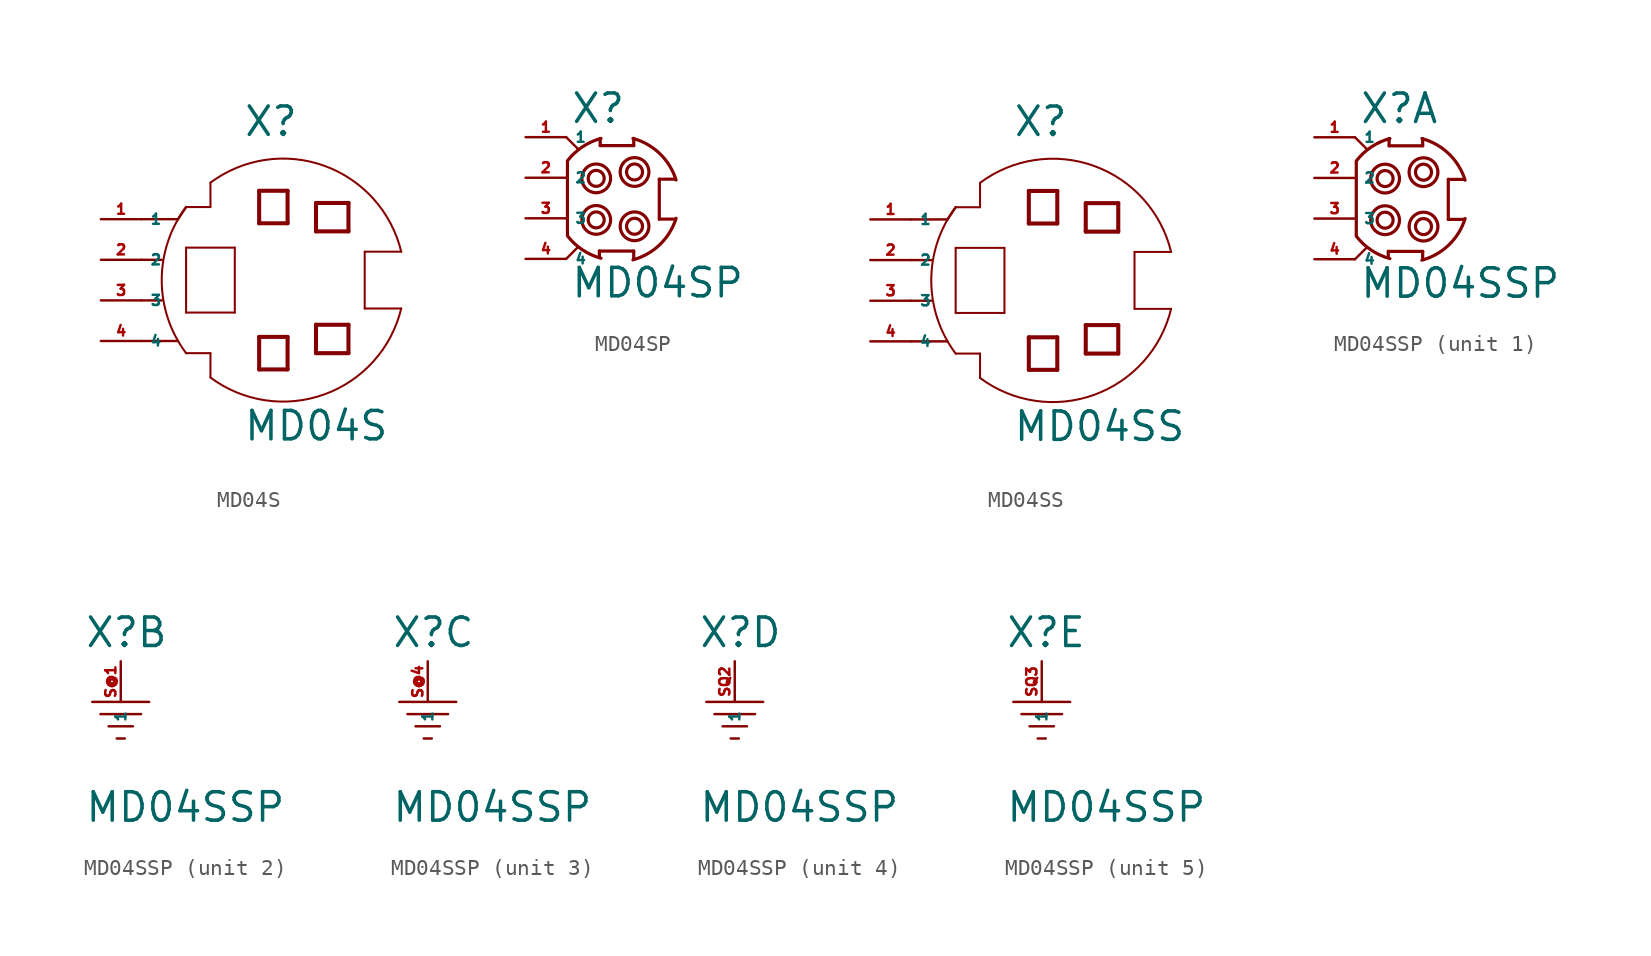
<source format=kicad_sym>
(kicad_symbol_lib
  (version 20220914)
  (generator Eagle2Kicad)
  (symbol "MD04S"
    (property "Reference" "X"
      (at -1.27 10.16 0)
      (effects (font (size 1.778 1.778) (thickness 0.22)) (justify left bottom)))
    (property "Value" "MD04S"
      (at -1.27 -8.89 0)
      (effects (font (size 1.778 1.778) (thickness 0.22)) (justify left bottom)))
    (polyline
      (pts (xy 6.35 -0.508) (xy 8.636 -0.508))
      (stroke (width 0.127) (type default))
      (fill (type none)))
    (polyline
      (pts (xy 6.35 -0.508) (xy 6.35 3.048))
      (stroke (width 0.127) (type default))
      (fill (type none)))
    (polyline
      (pts (xy 6.35 3.048) (xy 8.636 3.048))
      (stroke (width 0.127) (type default))
      (fill (type none)))
    (polyline
      (pts (xy -3.302 7.366) (xy -3.302 5.842))
      (stroke (width 0.127) (type default))
      (fill (type none)))
    (polyline
      (pts (xy -3.302 5.842) (xy -4.826 5.842))
      (stroke (width 0.127) (type default))
      (fill (type none)))
    (polyline
      (pts (xy -4.826 -3.302) (xy -3.302 -3.302))
      (stroke (width 0.127) (type default))
      (fill (type none)))
    (polyline
      (pts (xy -3.302 -3.302) (xy -3.302 -4.826))
      (stroke (width 0.127) (type default))
      (fill (type none)))
    (arc
      (start -4.826 5.842)
      (mid -6.350 1.270)
      (end -4.826 -3.302)
      (stroke (width 0.127) (type default))
      (fill (type none)))
    (arc
      (start 8.6359 3.048)
      (mid 3.829 8.420)
      (end -3.302 7.366)
      (stroke (width 0.127) (type default))
      (fill (type none)))
    (polyline
      (pts (xy -1.778 -0.762) (xy -4.826 -0.762))
      (stroke (width 0.127) (type default))
      (fill (type none)))
    (polyline
      (pts (xy -4.826 -0.762) (xy -4.826 3.302))
      (stroke (width 0.127) (type default))
      (fill (type none)))
    (polyline
      (pts (xy -4.826 3.302) (xy -1.778 3.302))
      (stroke (width 0.127) (type default))
      (fill (type none)))
    (polyline
      (pts (xy -1.778 3.302) (xy -1.778 -0.762))
      (stroke (width 0.127) (type default))
      (fill (type none)))
    (polyline
      (pts (xy 1.524 4.826) (xy -0.254 4.826))
      (stroke (width 0.254) (type default))
      (fill (type none)))
    (polyline
      (pts (xy -0.254 4.826) (xy -0.254 6.858))
      (stroke (width 0.254) (type default))
      (fill (type none)))
    (polyline
      (pts (xy -0.254 6.858) (xy 1.524 6.858))
      (stroke (width 0.254) (type default))
      (fill (type none)))
    (polyline
      (pts (xy 1.524 6.858) (xy 1.524 4.826))
      (stroke (width 0.254) (type default))
      (fill (type none)))
    (polyline
      (pts (xy 1.524 -4.318) (xy -0.254 -4.318))
      (stroke (width 0.254) (type default))
      (fill (type none)))
    (polyline
      (pts (xy -0.254 -4.318) (xy -0.254 -2.286))
      (stroke (width 0.254) (type default))
      (fill (type none)))
    (polyline
      (pts (xy -0.254 -2.286) (xy 1.524 -2.286))
      (stroke (width 0.254) (type default))
      (fill (type none)))
    (polyline
      (pts (xy 1.524 -2.286) (xy 1.524 -4.318))
      (stroke (width 0.254) (type default))
      (fill (type none)))
    (polyline
      (pts (xy 5.334 4.318) (xy 3.302 4.318))
      (stroke (width 0.254) (type default))
      (fill (type none)))
    (polyline
      (pts (xy 3.302 4.318) (xy 3.302 6.096))
      (stroke (width 0.254) (type default))
      (fill (type none)))
    (polyline
      (pts (xy 3.302 6.096) (xy 5.334 6.096))
      (stroke (width 0.254) (type default))
      (fill (type none)))
    (polyline
      (pts (xy 5.334 6.096) (xy 5.334 4.318))
      (stroke (width 0.254) (type default))
      (fill (type none)))
    (polyline
      (pts (xy 5.334 -3.302) (xy 3.302 -3.302))
      (stroke (width 0.254) (type default))
      (fill (type none)))
    (polyline
      (pts (xy 3.302 -3.302) (xy 3.302 -1.524))
      (stroke (width 0.254) (type default))
      (fill (type none)))
    (polyline
      (pts (xy 3.302 -1.524) (xy 5.334 -1.524))
      (stroke (width 0.254) (type default))
      (fill (type none)))
    (polyline
      (pts (xy 5.334 -1.524) (xy 5.334 -3.302))
      (stroke (width 0.254) (type default))
      (fill (type none)))
    (polyline
      (pts (xy -7.62 0) (xy -6.35 0))
      (stroke (width 0.152) (type default))
      (fill (type none)))
    (polyline
      (pts (xy -7.62 2.54) (xy -6.35 2.54))
      (stroke (width 0.152) (type default))
      (fill (type none)))
    (polyline
      (pts (xy -7.62 -2.54) (xy -5.334 -2.54))
      (stroke (width 0.152) (type default))
      (fill (type none)))
    (polyline
      (pts (xy -7.62 5.08) (xy -5.334 5.08))
      (stroke (width 0.152) (type default))
      (fill (type none)))
    (polyline
      (pts (xy -5.334 5.08) (xy -4.826 5.842))
      (stroke (width 0.152) (type default))
      (fill (type none)))
    (arc
      (start -3.302 -4.826)
      (mid 3.829 -5.880)
      (end 8.6359 -0.508)
      (stroke (width 0.127) (type default))
      (fill (type none)))
    (pin passive line
      (at -10.16 5.08 0)
      (length 2.54)
      (name "1" (effects (font (size 0.635 0.635) (thickness 0.08)) (justify left bottom)))
      (number "1" (effects (font (size 0.635 0.635) (thickness 0.08)) (justify left bottom))))
    (pin passive line
      (at -10.16 2.54 0)
      (length 2.54)
      (name "2" (effects (font (size 0.635 0.635) (thickness 0.08)) (justify left bottom)))
      (number "2" (effects (font (size 0.635 0.635) (thickness 0.08)) (justify left bottom))))
    (pin passive line
      (at -10.16 0 0)
      (length 2.54)
      (name "3" (effects (font (size 0.635 0.635) (thickness 0.08)) (justify left bottom)))
      (number "3" (effects (font (size 0.635 0.635) (thickness 0.08)) (justify left bottom))))
    (pin passive line
      (at -10.16 -2.54 0)
      (length 2.54)
      (name "4" (effects (font (size 0.635 0.635) (thickness 0.08)) (justify left bottom)))
      (number "4" (effects (font (size 0.635 0.635) (thickness 0.08)) (justify left bottom)))))
  (symbol "MD04SP"
    (property "Reference" "X"
      (at -2.286 3.302 0)
      (effects (font (size 1.778 1.778) (thickness 0.22)) (justify left bottom)))
    (property "Value" "MD04SP"
      (at -2.286 -7.62 0)
      (effects (font (size 1.778 1.778) (thickness 0.22)) (justify left bottom)))
    (polyline
      (pts (xy 1.69 2.46) (xy 1.69 2.01))
      (stroke (width 0.2) (type default))
      (fill (type none)))
    (polyline
      (pts (xy 1.69 2.01) (xy -0.41 2.01))
      (stroke (width 0.2) (type default))
      (fill (type none)))
    (polyline
      (pts (xy -0.41 2.01) (xy -0.41 2.46))
      (stroke (width 0.2) (type default))
      (fill (type none)))
    (polyline
      (pts (xy -0.46 -4.59) (xy 1.69 -4.59))
      (stroke (width 0.2) (type default))
      (fill (type none)))
    (polyline
      (pts (xy -0.46 -4.59) (xy -0.46 -4.94))
      (stroke (width 0.2) (type default))
      (fill (type none)))
    (polyline
      (pts (xy 4.29 -2.59) (xy 3.29 -2.59))
      (stroke (width 0.2) (type default))
      (fill (type none)))
    (polyline
      (pts (xy 3.29 -2.59) (xy 3.29 -0.09))
      (stroke (width 0.2) (type default))
      (fill (type none)))
    (polyline
      (pts (xy 3.29 -0.09) (xy 4.29 -0.09))
      (stroke (width 0.2) (type default))
      (fill (type none)))
    (polyline
      (pts (xy -2.46 1.01) (xy -2.46 -3.59))
      (stroke (width 0.2) (type default))
      (fill (type none)))
    (arc
      (start 4.34 -0.14)
      (mid 3.324 1.507)
      (end 1.64 2.46)
      (stroke (width 0.2) (type default))
      (fill (type none)))
    (polyline
      (pts (xy 1.69 -5.04) (xy 1.69 -4.59))
      (stroke (width 0.2) (type default))
      (fill (type none)))
    (arc
      (start 1.64 -5.14)
      (mid 3.324 -4.187)
      (end 4.34 -2.54)
      (stroke (width 0.2) (type default))
      (fill (type none)))
    (arc
      (start -0.36 2.46)
      (mid -1.525 1.933)
      (end -2.46 1.06)
      (stroke (width 0.2) (type default))
      (fill (type none)))
    (arc
      (start -2.46 -3.64)
      (mid -1.525 -4.513)
      (end -0.36 -5.04)
      (stroke (width 0.2) (type default))
      (fill (type none)))
    (polyline
      (pts (xy -2.54 2.54) (xy -1.778 1.778))
      (stroke (width 0.152) (type default))
      (fill (type none)))
    (polyline
      (pts (xy -2.54 -5.08) (xy -1.778 -4.318))
      (stroke (width 0.152) (type default))
      (fill (type none)))
    (circle
      (center 1.74 0.36)
      (radius 0.9)
      (stroke (width 0.2) (type default))
      (fill (type none)))
    (circle
      (center 1.74 0.36)
      (radius 0.5)
      (stroke (width 0.2) (type default))
      (fill (type none)))
    (circle
      (center 1.74 -3.04)
      (radius 0.9)
      (stroke (width 0.2) (type default))
      (fill (type none)))
    (circle
      (center 1.74 -3.04)
      (radius 0.5)
      (stroke (width 0.2) (type default))
      (fill (type none)))
    (circle
      (center -0.66 -0.04)
      (radius 0.9)
      (stroke (width 0.2) (type default))
      (fill (type none)))
    (circle
      (center -0.66 -0.04)
      (radius 0.5)
      (stroke (width 0.2) (type default))
      (fill (type none)))
    (circle
      (center -0.66 -2.64)
      (radius 0.9)
      (stroke (width 0.2) (type default))
      (fill (type none)))
    (circle
      (center -0.66 -2.64)
      (radius 0.5)
      (stroke (width 0.2) (type default))
      (fill (type none)))
    (pin passive line
      (at -5.08 2.54 0)
      (length 2.54)
      (name "1" (effects (font (size 0.635 0.635) (thickness 0.08)) (justify left bottom)))
      (number "1" (effects (font (size 0.635 0.635) (thickness 0.08)) (justify left bottom))))
    (pin passive line
      (at -5.08 0 0)
      (length 2.54)
      (name "2" (effects (font (size 0.635 0.635) (thickness 0.08)) (justify left bottom)))
      (number "2" (effects (font (size 0.635 0.635) (thickness 0.08)) (justify left bottom))))
    (pin passive line
      (at -5.08 -2.54 0)
      (length 2.54)
      (name "3" (effects (font (size 0.635 0.635) (thickness 0.08)) (justify left bottom)))
      (number "3" (effects (font (size 0.635 0.635) (thickness 0.08)) (justify left bottom))))
    (pin passive line
      (at -5.08 -5.08 0)
      (length 2.54)
      (name "4" (effects (font (size 0.635 0.635) (thickness 0.08)) (justify left bottom)))
      (number "4" (effects (font (size 0.635 0.635) (thickness 0.08)) (justify left bottom)))))
  (symbol "MD04SS"
    (property "Reference" "X"
      (at -1.27 10.16 0)
      (effects (font (size 1.778 1.778) (thickness 0.22)) (justify left bottom)))
    (property "Value" "MD04SS"
      (at -1.27 -8.89 0)
      (effects (font (size 1.778 1.778) (thickness 0.22)) (justify left bottom)))
    (polyline
      (pts (xy 6.35 -0.508) (xy 8.636 -0.508))
      (stroke (width 0.127) (type default))
      (fill (type none)))
    (polyline
      (pts (xy 6.35 -0.508) (xy 6.35 3.048))
      (stroke (width 0.127) (type default))
      (fill (type none)))
    (polyline
      (pts (xy 6.35 3.048) (xy 8.636 3.048))
      (stroke (width 0.127) (type default))
      (fill (type none)))
    (polyline
      (pts (xy -3.302 7.366) (xy -3.302 5.842))
      (stroke (width 0.127) (type default))
      (fill (type none)))
    (polyline
      (pts (xy -3.302 5.842) (xy -4.826 5.842))
      (stroke (width 0.127) (type default))
      (fill (type none)))
    (polyline
      (pts (xy -4.826 -3.302) (xy -3.302 -3.302))
      (stroke (width 0.127) (type default))
      (fill (type none)))
    (polyline
      (pts (xy -3.302 -3.302) (xy -3.302 -4.826))
      (stroke (width 0.127) (type default))
      (fill (type none)))
    (arc
      (start -4.826 5.842)
      (mid -6.350 1.270)
      (end -4.826 -3.302)
      (stroke (width 0.127) (type default))
      (fill (type none)))
    (arc
      (start 8.6359 3.048)
      (mid 3.829 8.420)
      (end -3.302 7.366)
      (stroke (width 0.127) (type default))
      (fill (type none)))
    (polyline
      (pts (xy -1.778 -0.762) (xy -4.826 -0.762))
      (stroke (width 0.127) (type default))
      (fill (type none)))
    (polyline
      (pts (xy -4.826 -0.762) (xy -4.826 3.302))
      (stroke (width 0.127) (type default))
      (fill (type none)))
    (polyline
      (pts (xy -4.826 3.302) (xy -1.778 3.302))
      (stroke (width 0.127) (type default))
      (fill (type none)))
    (polyline
      (pts (xy -1.778 3.302) (xy -1.778 -0.762))
      (stroke (width 0.127) (type default))
      (fill (type none)))
    (polyline
      (pts (xy 1.524 4.826) (xy -0.254 4.826))
      (stroke (width 0.254) (type default))
      (fill (type none)))
    (polyline
      (pts (xy -0.254 4.826) (xy -0.254 6.858))
      (stroke (width 0.254) (type default))
      (fill (type none)))
    (polyline
      (pts (xy -0.254 6.858) (xy 1.524 6.858))
      (stroke (width 0.254) (type default))
      (fill (type none)))
    (polyline
      (pts (xy 1.524 6.858) (xy 1.524 4.826))
      (stroke (width 0.254) (type default))
      (fill (type none)))
    (polyline
      (pts (xy 1.524 -4.318) (xy -0.254 -4.318))
      (stroke (width 0.254) (type default))
      (fill (type none)))
    (polyline
      (pts (xy -0.254 -4.318) (xy -0.254 -2.286))
      (stroke (width 0.254) (type default))
      (fill (type none)))
    (polyline
      (pts (xy -0.254 -2.286) (xy 1.524 -2.286))
      (stroke (width 0.254) (type default))
      (fill (type none)))
    (polyline
      (pts (xy 1.524 -2.286) (xy 1.524 -4.318))
      (stroke (width 0.254) (type default))
      (fill (type none)))
    (polyline
      (pts (xy 5.334 4.318) (xy 3.302 4.318))
      (stroke (width 0.254) (type default))
      (fill (type none)))
    (polyline
      (pts (xy 3.302 4.318) (xy 3.302 6.096))
      (stroke (width 0.254) (type default))
      (fill (type none)))
    (polyline
      (pts (xy 3.302 6.096) (xy 5.334 6.096))
      (stroke (width 0.254) (type default))
      (fill (type none)))
    (polyline
      (pts (xy 5.334 6.096) (xy 5.334 4.318))
      (stroke (width 0.254) (type default))
      (fill (type none)))
    (polyline
      (pts (xy 5.334 -3.302) (xy 3.302 -3.302))
      (stroke (width 0.254) (type default))
      (fill (type none)))
    (polyline
      (pts (xy 3.302 -3.302) (xy 3.302 -1.524))
      (stroke (width 0.254) (type default))
      (fill (type none)))
    (polyline
      (pts (xy 3.302 -1.524) (xy 5.334 -1.524))
      (stroke (width 0.254) (type default))
      (fill (type none)))
    (polyline
      (pts (xy 5.334 -1.524) (xy 5.334 -3.302))
      (stroke (width 0.254) (type default))
      (fill (type none)))
    (polyline
      (pts (xy -7.62 0) (xy -6.35 0))
      (stroke (width 0.152) (type default))
      (fill (type none)))
    (polyline
      (pts (xy -7.62 2.54) (xy -6.35 2.54))
      (stroke (width 0.152) (type default))
      (fill (type none)))
    (polyline
      (pts (xy -7.62 -2.54) (xy -5.334 -2.54))
      (stroke (width 0.152) (type default))
      (fill (type none)))
    (polyline
      (pts (xy -7.62 5.08) (xy -5.334 5.08))
      (stroke (width 0.152) (type default))
      (fill (type none)))
    (polyline
      (pts (xy -5.334 5.08) (xy -4.826 5.842))
      (stroke (width 0.152) (type default))
      (fill (type none)))
    (arc
      (start -3.302 -4.826)
      (mid 3.829 -5.880)
      (end 8.6359 -0.508)
      (stroke (width 0.127) (type default))
      (fill (type none)))
    (pin passive line
      (at -10.16 5.08 0)
      (length 2.54)
      (name "1" (effects (font (size 0.635 0.635) (thickness 0.08)) (justify left bottom)))
      (number "1" (effects (font (size 0.635 0.635) (thickness 0.08)) (justify left bottom))))
    (pin passive line
      (at -10.16 2.54 0)
      (length 2.54)
      (name "2" (effects (font (size 0.635 0.635) (thickness 0.08)) (justify left bottom)))
      (number "2" (effects (font (size 0.635 0.635) (thickness 0.08)) (justify left bottom))))
    (pin passive line
      (at -10.16 0 0)
      (length 2.54)
      (name "3" (effects (font (size 0.635 0.635) (thickness 0.08)) (justify left bottom)))
      (number "3" (effects (font (size 0.635 0.635) (thickness 0.08)) (justify left bottom))))
    (pin passive line
      (at -10.16 -2.54 0)
      (length 2.54)
      (name "4" (effects (font (size 0.635 0.635) (thickness 0.08)) (justify left bottom)))
      (number "4" (effects (font (size 0.635 0.635) (thickness 0.08)) (justify left bottom)))))
  (symbol "MD04SSP"
    (property "Reference" "X"
      (at -2.286 3.302 0)
      (effects (font (size 1.778 1.778) (thickness 0.22)) (justify left bottom)))
    (property "Value" "MD04SSP"
      (at -2.286 -7.62 0)
      (effects (font (size 1.778 1.778) (thickness 0.22)) (justify left bottom)))
    (symbol "MD04SSP_1_0"
      (polyline (pts (xy 1.69 2.46) (xy 1.69 2.01)) (stroke (width 0.2) (type default)) (fill (type none)))
      (polyline (pts (xy 1.69 2.01) (xy -0.41 2.01)) (stroke (width 0.2) (type default)) (fill (type none)))
      (polyline (pts (xy -0.41 2.01) (xy -0.41 2.46)) (stroke (width 0.2) (type default)) (fill (type none)))
      (polyline (pts (xy -0.46 -4.59) (xy 1.69 -4.59)) (stroke (width 0.2) (type default)) (fill (type none)))
      (polyline (pts (xy -0.46 -4.59) (xy -0.46 -4.94)) (stroke (width 0.2) (type default)) (fill (type none)))
      (polyline (pts (xy 4.29 -2.59) (xy 3.29 -2.59)) (stroke (width 0.2) (type default)) (fill (type none)))
      (polyline (pts (xy 3.29 -2.59) (xy 3.29 -0.09)) (stroke (width 0.2) (type default)) (fill (type none)))
      (polyline (pts (xy 3.29 -0.09) (xy 4.29 -0.09)) (stroke (width 0.2) (type default)) (fill (type none)))
      (polyline (pts (xy -2.46 1.01) (xy -2.46 -3.59)) (stroke (width 0.2) (type default)) (fill (type none)))
      (arc (start 4.34 -0.14) (mid 3.324 1.507) (end 1.64 2.46) (stroke (width 0.2) (type default)) (fill (type none)))
      (polyline (pts (xy 1.69 -5.04) (xy 1.69 -4.59)) (stroke (width 0.2) (type default)) (fill (type none)))
      (arc (start 1.64 -5.14) (mid 3.324 -4.187) (end 4.34 -2.54) (stroke (width 0.2) (type default)) (fill (type none)))
      (arc (start -0.36 2.46) (mid -1.525 1.933) (end -2.46 1.06) (stroke (width 0.2) (type default)) (fill (type none)))
      (arc (start -2.46 -3.64) (mid -1.525 -4.513) (end -0.36 -5.04) (stroke (width 0.2) (type default)) (fill (type none)))
      (polyline (pts (xy -2.54 2.54) (xy -1.778 1.778)) (stroke (width 0.152) (type default)) (fill (type none)))
      (polyline (pts (xy -2.54 -5.08) (xy -1.778 -4.318)) (stroke (width 0.152) (type default)) (fill (type none)))
      (circle (center 1.74 0.36) (radius 0.9) (stroke (width 0.2) (type default)) (fill (type none)))
      (circle (center 1.74 0.36) (radius 0.5) (stroke (width 0.2) (type default)) (fill (type none)))
      (circle (center 1.74 -3.04) (radius 0.9) (stroke (width 0.2) (type default)) (fill (type none)))
      (circle (center 1.74 -3.04) (radius 0.5) (stroke (width 0.2) (type default)) (fill (type none)))
      (circle (center -0.66 -0.04) (radius 0.9) (stroke (width 0.2) (type default)) (fill (type none)))
      (circle (center -0.66 -0.04) (radius 0.5) (stroke (width 0.2) (type default)) (fill (type none)))
      (circle (center -0.66 -2.64) (radius 0.9) (stroke (width 0.2) (type default)) (fill (type none)))
      (circle (center -0.66 -2.64) (radius 0.5) (stroke (width 0.2) (type default)) (fill (type none)))
      (pin passive line (at -5.08 2.54 0) (length 2.54) (name "1" (effects (font (size 0.635 0.635) (thickness 0.08)) (justify left bottom))) (number "1" (effects (font (size 0.635 0.635) (thickness 0.08)) (justify left bottom))))
      (pin passive line (at -5.08 0 0) (length 2.54) (name "2" (effects (font (size 0.635 0.635) (thickness 0.08)) (justify left bottom))) (number "2" (effects (font (size 0.635 0.635) (thickness 0.08)) (justify left bottom))))
      (pin passive line (at -5.08 -2.54 0) (length 2.54) (name "3" (effects (font (size 0.635 0.635) (thickness 0.08)) (justify left bottom))) (number "3" (effects (font (size 0.635 0.635) (thickness 0.08)) (justify left bottom))))
      (pin passive line (at -5.08 -5.08 0) (length 2.54) (name "4" (effects (font (size 0.635 0.635) (thickness 0.08)) (justify left bottom))) (number "4" (effects (font (size 0.635 0.635) (thickness 0.08)) (justify left bottom)))))
    (symbol "MD04SSP_2_0"
      (polyline (pts (xy 1.778 0) (xy -1.778 0)) (stroke (width 0.152) (type default)) (fill (type none)))
      (polyline (pts (xy 1.27 -0.762) (xy -1.27 -0.762)) (stroke (width 0.152) (type default)) (fill (type none)))
      (polyline (pts (xy 0.762 -1.524) (xy -0.762 -1.524)) (stroke (width 0.152) (type default)) (fill (type none)))
      (polyline (pts (xy 0.254 -2.286) (xy -0.254 -2.286)) (stroke (width 0.152) (type default)) (fill (type none)))
      (pin passive line (at 0 2.54 270) (length 2.54) (name "1" (effects (font (size 0.635 0.635) (thickness 0.08)) (justify left bottom))) (number "S@1" (effects (font (size 0.635 0.635) (thickness 0.08)) (justify left bottom)))))
    (symbol "MD04SSP_3_0"
      (polyline (pts (xy 1.778 0) (xy -1.778 0)) (stroke (width 0.152) (type default)) (fill (type none)))
      (polyline (pts (xy 1.27 -0.762) (xy -1.27 -0.762)) (stroke (width 0.152) (type default)) (fill (type none)))
      (polyline (pts (xy 0.762 -1.524) (xy -0.762 -1.524)) (stroke (width 0.152) (type default)) (fill (type none)))
      (polyline (pts (xy 0.254 -2.286) (xy -0.254 -2.286)) (stroke (width 0.152) (type default)) (fill (type none)))
      (pin passive line (at 0 2.54 270) (length 2.54) (name "1" (effects (font (size 0.635 0.635) (thickness 0.08)) (justify left bottom))) (number "S@4" (effects (font (size 0.635 0.635) (thickness 0.08)) (justify left bottom)))))
    (symbol "MD04SSP_4_0"
      (polyline (pts (xy 1.778 0) (xy -1.778 0)) (stroke (width 0.152) (type default)) (fill (type none)))
      (polyline (pts (xy 1.27 -0.762) (xy -1.27 -0.762)) (stroke (width 0.152) (type default)) (fill (type none)))
      (polyline (pts (xy 0.762 -1.524) (xy -0.762 -1.524)) (stroke (width 0.152) (type default)) (fill (type none)))
      (polyline (pts (xy 0.254 -2.286) (xy -0.254 -2.286)) (stroke (width 0.152) (type default)) (fill (type none)))
      (pin passive line (at 0 2.54 270) (length 2.54) (name "1" (effects (font (size 0.635 0.635) (thickness 0.08)) (justify left bottom))) (number "SQ2" (effects (font (size 0.635 0.635) (thickness 0.08)) (justify left bottom)))))
    (symbol "MD04SSP_5_0"
      (polyline (pts (xy 1.778 0) (xy -1.778 0)) (stroke (width 0.152) (type default)) (fill (type none)))
      (polyline (pts (xy 1.27 -0.762) (xy -1.27 -0.762)) (stroke (width 0.152) (type default)) (fill (type none)))
      (polyline (pts (xy 0.762 -1.524) (xy -0.762 -1.524)) (stroke (width 0.152) (type default)) (fill (type none)))
      (polyline (pts (xy 0.254 -2.286) (xy -0.254 -2.286)) (stroke (width 0.152) (type default)) (fill (type none)))
      (pin passive line (at 0 2.54 270) (length 2.54) (name "1" (effects (font (size 0.635 0.635) (thickness 0.08)) (justify left bottom))) (number "SQ3" (effects (font (size 0.635 0.635) (thickness 0.08)) (justify left bottom)))))))
</source>
